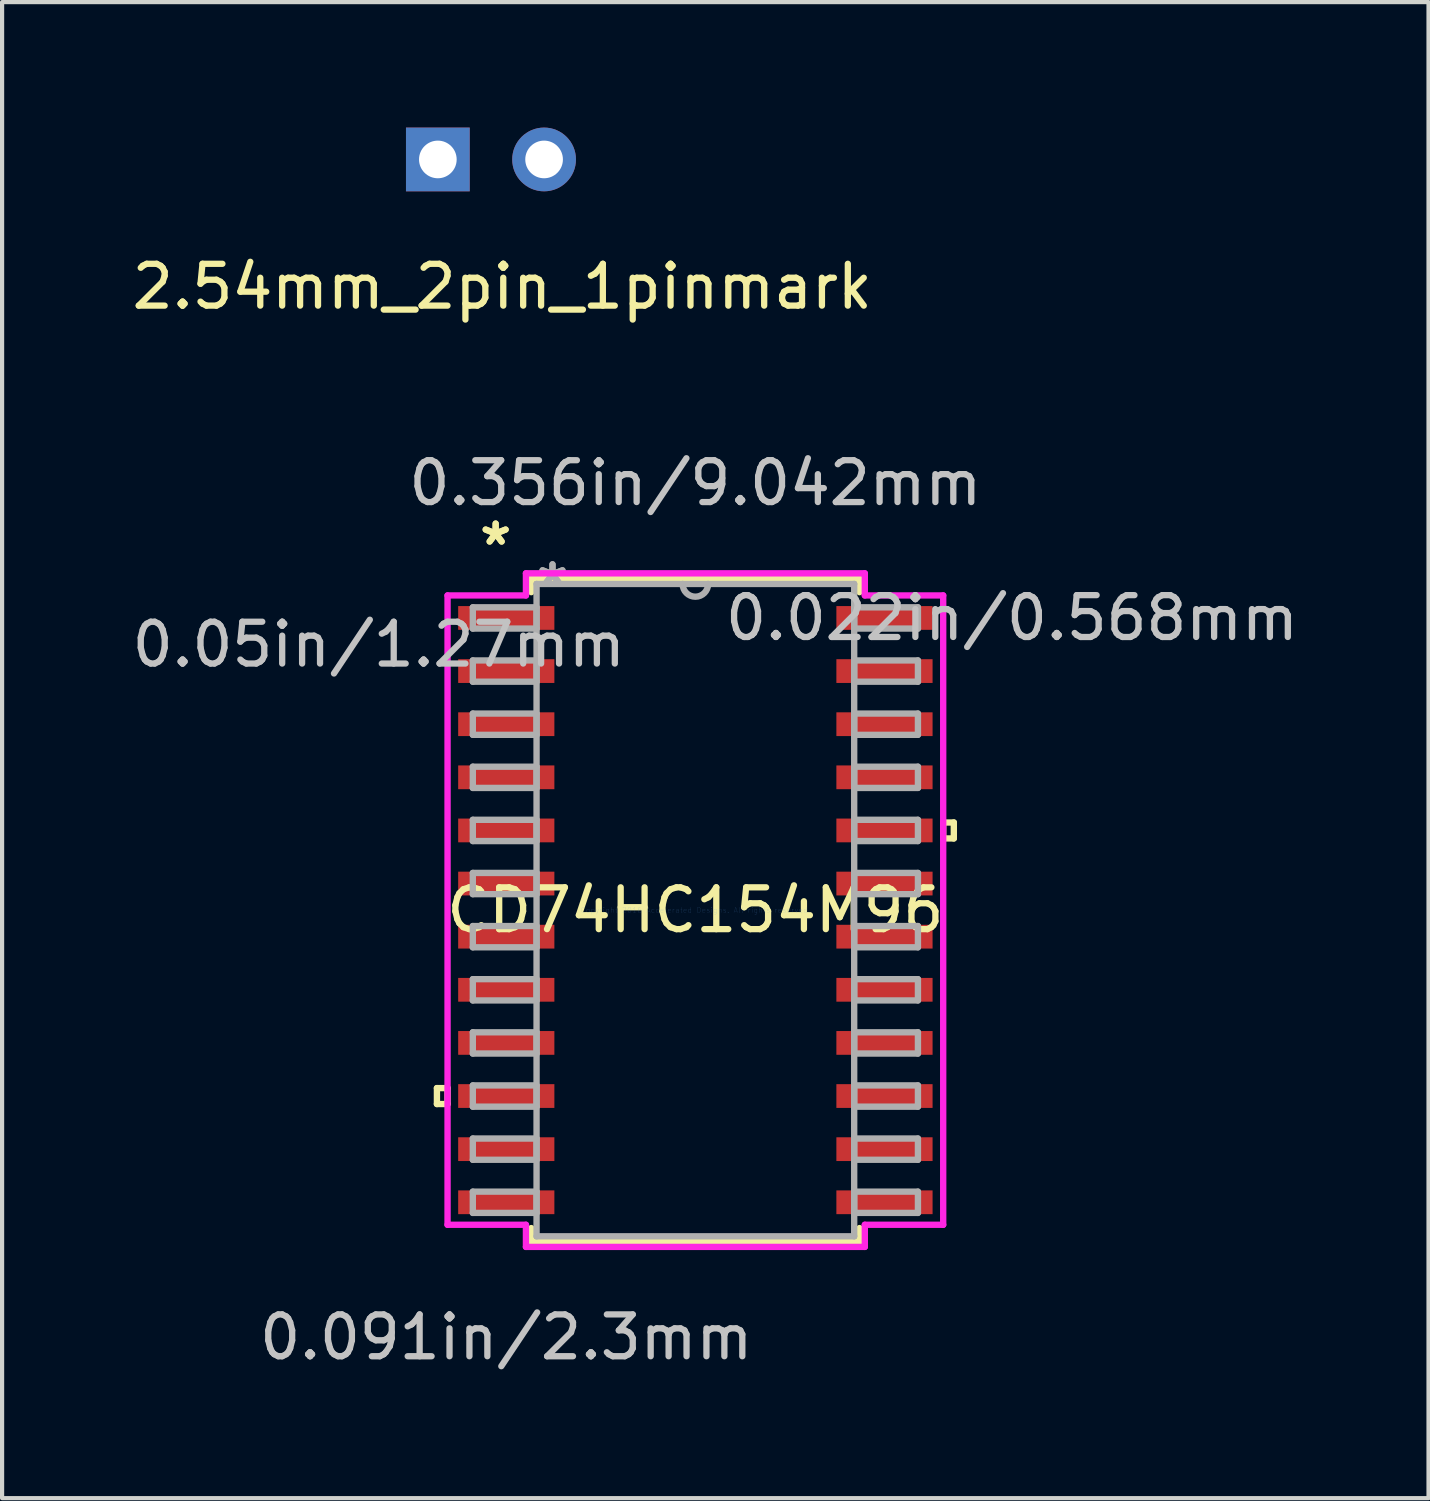
<source format=kicad_pcb>
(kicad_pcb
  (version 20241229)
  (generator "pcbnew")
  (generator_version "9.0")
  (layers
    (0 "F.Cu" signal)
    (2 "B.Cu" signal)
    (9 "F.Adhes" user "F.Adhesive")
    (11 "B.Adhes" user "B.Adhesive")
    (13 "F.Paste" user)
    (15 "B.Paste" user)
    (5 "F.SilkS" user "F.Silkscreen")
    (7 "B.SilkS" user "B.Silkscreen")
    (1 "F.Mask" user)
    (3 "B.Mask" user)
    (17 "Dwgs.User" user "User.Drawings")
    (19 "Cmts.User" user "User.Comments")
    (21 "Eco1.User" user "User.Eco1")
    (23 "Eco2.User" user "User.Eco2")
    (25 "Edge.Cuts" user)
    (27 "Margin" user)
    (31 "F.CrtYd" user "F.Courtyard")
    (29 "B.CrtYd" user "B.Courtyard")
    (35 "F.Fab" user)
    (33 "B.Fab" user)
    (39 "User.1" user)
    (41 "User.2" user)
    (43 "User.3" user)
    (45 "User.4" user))
  (footprint "2.54mm_2pin_1pinmark"
    (layer "F.Cu")
    (at 8.958 3.302)
    (property "Reference" "2.54mm_2pin_1pinmark" (at 0 0.5 0) (layer "F.SilkS") (effects (font (size 1 1) (thickness 0.15))))
    (attr through_hole)
    (pad "1" thru_hole rect (at -1.54 -2.54) (size 1.524 1.524) (drill 0.9) (layers "*.Cu" "*.Mask"))
    (pad "2" thru_hole circle (at 1 -2.54) (size 1.524 1.524) (drill 0.9) (layers "*.Cu" "*.Mask")))
  (footprint "CD74HC154M96"
    (layer "F.Cu")
    (at 13.575 18.709)
    (property "Reference" "CD74HC154M96" (at 0 0 0) (layer "F.SilkS") (effects (font (size 1 1) (thickness 0.15))))
    (attr through_hole)
    (fp_line (start -6.179 4.255) (end -6.179 4.636) (stroke (width 0.152) (type solid)) (layer "F.SilkS"))
    (fp_line (start -6.179 4.636) (end -5.925 4.636) (stroke (width 0.152) (type solid)) (layer "F.SilkS"))
    (fp_line (start -5.925 4.255) (end -6.179 4.255) (stroke (width 0.152) (type solid)) (layer "F.SilkS"))
    (fp_line (start -5.925 4.636) (end -5.925 4.255) (stroke (width 0.152) (type solid)) (layer "F.SilkS"))
    (fp_line (start -3.924 -7.925) (end -3.924 -7.602) (stroke (width 0.152) (type solid)) (layer "F.SilkS"))
    (fp_line (start -3.924 7.602) (end -3.924 7.925) (stroke (width 0.152) (type solid)) (layer "F.SilkS"))
    (fp_line (start -3.924 7.925) (end 3.924 7.925) (stroke (width 0.152) (type solid)) (layer "F.SilkS"))
    (fp_line (start 3.924 -7.925) (end -3.924 -7.925) (stroke (width 0.152) (type solid)) (layer "F.SilkS"))
    (fp_line (start 3.924 -7.602) (end 3.924 -7.925) (stroke (width 0.152) (type solid)) (layer "F.SilkS"))
    (fp_line (start 3.924 7.925) (end 3.924 7.602) (stroke (width 0.152) (type solid)) (layer "F.SilkS"))
    (fp_line (start 5.925 -2.095) (end 6.179 -2.095) (stroke (width 0.152) (type solid)) (layer "F.SilkS"))
    (fp_line (start 5.925 -1.714) (end 5.925 -2.095) (stroke (width 0.152) (type solid)) (layer "F.SilkS"))
    (fp_line (start 6.179 -2.095) (end 6.179 -1.714) (stroke (width 0.152) (type solid)) (layer "F.SilkS"))
    (fp_line (start 6.179 -1.714) (end 5.925 -1.714) (stroke (width 0.152) (type solid)) (layer "F.SilkS"))
    (fp_line (start -5.925 -7.523) (end -4.051 -7.523) (stroke (width 0.152) (type solid)) (layer "F.CrtYd"))
    (fp_line (start -5.925 7.523) (end -5.925 -7.523) (stroke (width 0.152) (type solid)) (layer "F.CrtYd"))
    (fp_line (start -4.051 -8.052) (end 4.051 -8.052) (stroke (width 0.152) (type solid)) (layer "F.CrtYd"))
    (fp_line (start -4.051 -7.523) (end -4.051 -8.052) (stroke (width 0.152) (type solid)) (layer "F.CrtYd"))
    (fp_line (start -4.051 7.523) (end -5.925 7.523) (stroke (width 0.152) (type solid)) (layer "F.CrtYd"))
    (fp_line (start -4.051 8.052) (end -4.051 7.523) (stroke (width 0.152) (type solid)) (layer "F.CrtYd"))
    (fp_line (start 4.051 -8.052) (end 4.051 -7.523) (stroke (width 0.152) (type solid)) (layer "F.CrtYd"))
    (fp_line (start 4.051 -7.523) (end 5.925 -7.523) (stroke (width 0.152) (type solid)) (layer "F.CrtYd"))
    (fp_line (start 4.051 7.523) (end 4.051 8.052) (stroke (width 0.152) (type solid)) (layer "F.CrtYd"))
    (fp_line (start 4.051 8.052) (end -4.051 8.052) (stroke (width 0.152) (type solid)) (layer "F.CrtYd"))
    (fp_line (start 5.925 -7.523) (end 5.925 7.523) (stroke (width 0.152) (type solid)) (layer "F.CrtYd"))
    (fp_line (start 5.925 7.523) (end 4.051 7.523) (stroke (width 0.152) (type solid)) (layer "F.CrtYd"))
    (fp_line (start -5.321 -7.239) (end -5.321 -6.731) (stroke (width 0.152) (type solid)) (layer "F.Fab"))
    (fp_line (start -5.321 -6.731) (end -3.797 -6.731) (stroke (width 0.152) (type solid)) (layer "F.Fab"))
    (fp_line (start -5.321 -5.969) (end -5.321 -5.461) (stroke (width 0.152) (type solid)) (layer "F.Fab"))
    (fp_line (start -5.321 -5.461) (end -3.797 -5.461) (stroke (width 0.152) (type solid)) (layer "F.Fab"))
    (fp_line (start -5.321 -4.699) (end -5.321 -4.191) (stroke (width 0.152) (type solid)) (layer "F.Fab"))
    (fp_line (start -5.321 -4.191) (end -3.797 -4.191) (stroke (width 0.152) (type solid)) (layer "F.Fab"))
    (fp_line (start -5.321 -3.429) (end -5.321 -2.921) (stroke (width 0.152) (type solid)) (layer "F.Fab"))
    (fp_line (start -5.321 -2.921) (end -3.797 -2.921) (stroke (width 0.152) (type solid)) (layer "F.Fab"))
    (fp_line (start -5.321 -2.159) (end -5.321 -1.651) (stroke (width 0.152) (type solid)) (layer "F.Fab"))
    (fp_line (start -5.321 -1.651) (end -3.797 -1.651) (stroke (width 0.152) (type solid)) (layer "F.Fab"))
    (fp_line (start -5.321 -0.889) (end -5.321 -0.381) (stroke (width 0.152) (type solid)) (layer "F.Fab"))
    (fp_line (start -5.321 -0.381) (end -3.797 -0.381) (stroke (width 0.152) (type solid)) (layer "F.Fab"))
    (fp_line (start -5.321 0.381) (end -5.321 0.889) (stroke (width 0.152) (type solid)) (layer "F.Fab"))
    (fp_line (start -5.321 0.889) (end -3.797 0.889) (stroke (width 0.152) (type solid)) (layer "F.Fab"))
    (fp_line (start -5.321 1.651) (end -5.321 2.159) (stroke (width 0.152) (type solid)) (layer "F.Fab"))
    (fp_line (start -5.321 2.159) (end -3.797 2.159) (stroke (width 0.152) (type solid)) (layer "F.Fab"))
    (fp_line (start -5.321 2.921) (end -5.321 3.429) (stroke (width 0.152) (type solid)) (layer "F.Fab"))
    (fp_line (start -5.321 3.429) (end -3.797 3.429) (stroke (width 0.152) (type solid)) (layer "F.Fab"))
    (fp_line (start -5.321 4.191) (end -5.321 4.699) (stroke (width 0.152) (type solid)) (layer "F.Fab"))
    (fp_line (start -5.321 4.699) (end -3.797 4.699) (stroke (width 0.152) (type solid)) (layer "F.Fab"))
    (fp_line (start -5.321 5.461) (end -5.321 5.969) (stroke (width 0.152) (type solid)) (layer "F.Fab"))
    (fp_line (start -5.321 5.969) (end -3.797 5.969) (stroke (width 0.152) (type solid)) (layer "F.Fab"))
    (fp_line (start -5.321 6.731) (end -5.321 7.239) (stroke (width 0.152) (type solid)) (layer "F.Fab"))
    (fp_line (start -5.321 7.239) (end -3.797 7.239) (stroke (width 0.152) (type solid)) (layer "F.Fab"))
    (fp_line (start -3.797 -7.798) (end -3.797 7.798) (stroke (width 0.152) (type solid)) (layer "F.Fab"))
    (fp_line (start -3.797 -7.239) (end -5.321 -7.239) (stroke (width 0.152) (type solid)) (layer "F.Fab"))
    (fp_line (start -3.797 -6.731) (end -3.797 -7.239) (stroke (width 0.152) (type solid)) (layer "F.Fab"))
    (fp_line (start -3.797 -5.969) (end -5.321 -5.969) (stroke (width 0.152) (type solid)) (layer "F.Fab"))
    (fp_line (start -3.797 -5.461) (end -3.797 -5.969) (stroke (width 0.152) (type solid)) (layer "F.Fab"))
    (fp_line (start -3.797 -4.699) (end -5.321 -4.699) (stroke (width 0.152) (type solid)) (layer "F.Fab"))
    (fp_line (start -3.797 -4.191) (end -3.797 -4.699) (stroke (width 0.152) (type solid)) (layer "F.Fab"))
    (fp_line (start -3.797 -3.429) (end -5.321 -3.429) (stroke (width 0.152) (type solid)) (layer "F.Fab"))
    (fp_line (start -3.797 -2.921) (end -3.797 -3.429) (stroke (width 0.152) (type solid)) (layer "F.Fab"))
    (fp_line (start -3.797 -2.159) (end -5.321 -2.159) (stroke (width 0.152) (type solid)) (layer "F.Fab"))
    (fp_line (start -3.797 -1.651) (end -3.797 -2.159) (stroke (width 0.152) (type solid)) (layer "F.Fab"))
    (fp_line (start -3.797 -0.889) (end -5.321 -0.889) (stroke (width 0.152) (type solid)) (layer "F.Fab"))
    (fp_line (start -3.797 -0.381) (end -3.797 -0.889) (stroke (width 0.152) (type solid)) (layer "F.Fab"))
    (fp_line (start -3.797 0.381) (end -5.321 0.381) (stroke (width 0.152) (type solid)) (layer "F.Fab"))
    (fp_line (start -3.797 0.889) (end -3.797 0.381) (stroke (width 0.152) (type solid)) (layer "F.Fab"))
    (fp_line (start -3.797 1.651) (end -5.321 1.651) (stroke (width 0.152) (type solid)) (layer "F.Fab"))
    (fp_line (start -3.797 2.159) (end -3.797 1.651) (stroke (width 0.152) (type solid)) (layer "F.Fab"))
    (fp_line (start -3.797 2.921) (end -5.321 2.921) (stroke (width 0.152) (type solid)) (layer "F.Fab"))
    (fp_line (start -3.797 3.429) (end -3.797 2.921) (stroke (width 0.152) (type solid)) (layer "F.Fab"))
    (fp_line (start -3.797 4.191) (end -5.321 4.191) (stroke (width 0.152) (type solid)) (layer "F.Fab"))
    (fp_line (start -3.797 4.699) (end -3.797 4.191) (stroke (width 0.152) (type solid)) (layer "F.Fab"))
    (fp_line (start -3.797 5.461) (end -5.321 5.461) (stroke (width 0.152) (type solid)) (layer "F.Fab"))
    (fp_line (start -3.797 5.969) (end -3.797 5.461) (stroke (width 0.152) (type solid)) (layer "F.Fab"))
    (fp_line (start -3.797 6.731) (end -5.321 6.731) (stroke (width 0.152) (type solid)) (layer "F.Fab"))
    (fp_line (start -3.797 7.239) (end -3.797 6.731) (stroke (width 0.152) (type solid)) (layer "F.Fab"))
    (fp_line (start -3.797 7.798) (end 3.797 7.798) (stroke (width 0.152) (type solid)) (layer "F.Fab"))
    (fp_line (start 3.797 -7.798) (end -3.797 -7.798) (stroke (width 0.152) (type solid)) (layer "F.Fab"))
    (fp_line (start 3.797 -7.239) (end 3.797 -6.731) (stroke (width 0.152) (type solid)) (layer "F.Fab"))
    (fp_line (start 3.797 -6.731) (end 5.321 -6.731) (stroke (width 0.152) (type solid)) (layer "F.Fab"))
    (fp_line (start 3.797 -5.969) (end 3.797 -5.461) (stroke (width 0.152) (type solid)) (layer "F.Fab"))
    (fp_line (start 3.797 -5.461) (end 5.321 -5.461) (stroke (width 0.152) (type solid)) (layer "F.Fab"))
    (fp_line (start 3.797 -4.699) (end 3.797 -4.191) (stroke (width 0.152) (type solid)) (layer "F.Fab"))
    (fp_line (start 3.797 -4.191) (end 5.321 -4.191) (stroke (width 0.152) (type solid)) (layer "F.Fab"))
    (fp_line (start 3.797 -3.429) (end 3.797 -2.921) (stroke (width 0.152) (type solid)) (layer "F.Fab"))
    (fp_line (start 3.797 -2.921) (end 5.321 -2.921) (stroke (width 0.152) (type solid)) (layer "F.Fab"))
    (fp_line (start 3.797 -2.159) (end 3.797 -1.651) (stroke (width 0.152) (type solid)) (layer "F.Fab"))
    (fp_line (start 3.797 -1.651) (end 5.321 -1.651) (stroke (width 0.152) (type solid)) (layer "F.Fab"))
    (fp_line (start 3.797 -0.889) (end 3.797 -0.381) (stroke (width 0.152) (type solid)) (layer "F.Fab"))
    (fp_line (start 3.797 -0.381) (end 5.321 -0.381) (stroke (width 0.152) (type solid)) (layer "F.Fab"))
    (fp_line (start 3.797 0.381) (end 3.797 0.889) (stroke (width 0.152) (type solid)) (layer "F.Fab"))
    (fp_line (start 3.797 0.889) (end 5.321 0.889) (stroke (width 0.152) (type solid)) (layer "F.Fab"))
    (fp_line (start 3.797 1.651) (end 3.797 2.159) (stroke (width 0.152) (type solid)) (layer "F.Fab"))
    (fp_line (start 3.797 2.159) (end 5.321 2.159) (stroke (width 0.152) (type solid)) (layer "F.Fab"))
    (fp_line (start 3.797 2.921) (end 3.797 3.429) (stroke (width 0.152) (type solid)) (layer "F.Fab"))
    (fp_line (start 3.797 3.429) (end 5.321 3.429) (stroke (width 0.152) (type solid)) (layer "F.Fab"))
    (fp_line (start 3.797 4.191) (end 3.797 4.699) (stroke (width 0.152) (type solid)) (layer "F.Fab"))
    (fp_line (start 3.797 4.699) (end 5.321 4.699) (stroke (width 0.152) (type solid)) (layer "F.Fab"))
    (fp_line (start 3.797 5.461) (end 3.797 5.969) (stroke (width 0.152) (type solid)) (layer "F.Fab"))
    (fp_line (start 3.797 5.969) (end 5.321 5.969) (stroke (width 0.152) (type solid)) (layer "F.Fab"))
    (fp_line (start 3.797 6.731) (end 3.797 7.239) (stroke (width 0.152) (type solid)) (layer "F.Fab"))
    (fp_line (start 3.797 7.239) (end 5.321 7.239) (stroke (width 0.152) (type solid)) (layer "F.Fab"))
    (fp_line (start 3.797 7.798) (end 3.797 -7.798) (stroke (width 0.152) (type solid)) (layer "F.Fab"))
    (fp_line (start 5.321 -7.239) (end 3.797 -7.239) (stroke (width 0.152) (type solid)) (layer "F.Fab"))
    (fp_line (start 5.321 -6.731) (end 5.321 -7.239) (stroke (width 0.152) (type solid)) (layer "F.Fab"))
    (fp_line (start 5.321 -5.969) (end 3.797 -5.969) (stroke (width 0.152) (type solid)) (layer "F.Fab"))
    (fp_line (start 5.321 -5.461) (end 5.321 -5.969) (stroke (width 0.152) (type solid)) (layer "F.Fab"))
    (fp_line (start 5.321 -4.699) (end 3.797 -4.699) (stroke (width 0.152) (type solid)) (layer "F.Fab"))
    (fp_line (start 5.321 -4.191) (end 5.321 -4.699) (stroke (width 0.152) (type solid)) (layer "F.Fab"))
    (fp_line (start 5.321 -3.429) (end 3.797 -3.429) (stroke (width 0.152) (type solid)) (layer "F.Fab"))
    (fp_line (start 5.321 -2.921) (end 5.321 -3.429) (stroke (width 0.152) (type solid)) (layer "F.Fab"))
    (fp_line (start 5.321 -2.159) (end 3.797 -2.159) (stroke (width 0.152) (type solid)) (layer "F.Fab"))
    (fp_line (start 5.321 -1.651) (end 5.321 -2.159) (stroke (width 0.152) (type solid)) (layer "F.Fab"))
    (fp_line (start 5.321 -0.889) (end 3.797 -0.889) (stroke (width 0.152) (type solid)) (layer "F.Fab"))
    (fp_line (start 5.321 -0.381) (end 5.321 -0.889) (stroke (width 0.152) (type solid)) (layer "F.Fab"))
    (fp_line (start 5.321 0.381) (end 3.797 0.381) (stroke (width 0.152) (type solid)) (layer "F.Fab"))
    (fp_line (start 5.321 0.889) (end 5.321 0.381) (stroke (width 0.152) (type solid)) (layer "F.Fab"))
    (fp_line (start 5.321 1.651) (end 3.797 1.651) (stroke (width 0.152) (type solid)) (layer "F.Fab"))
    (fp_line (start 5.321 2.159) (end 5.321 1.651) (stroke (width 0.152) (type solid)) (layer "F.Fab"))
    (fp_line (start 5.321 2.921) (end 3.797 2.921) (stroke (width 0.152) (type solid)) (layer "F.Fab"))
    (fp_line (start 5.321 3.429) (end 5.321 2.921) (stroke (width 0.152) (type solid)) (layer "F.Fab"))
    (fp_line (start 5.321 4.191) (end 3.797 4.191) (stroke (width 0.152) (type solid)) (layer "F.Fab"))
    (fp_line (start 5.321 4.699) (end 5.321 4.191) (stroke (width 0.152) (type solid)) (layer "F.Fab"))
    (fp_line (start 5.321 5.461) (end 3.797 5.461) (stroke (width 0.152) (type solid)) (layer "F.Fab"))
    (fp_line (start 5.321 5.969) (end 5.321 5.461) (stroke (width 0.152) (type solid)) (layer "F.Fab"))
    (fp_line (start 5.321 6.731) (end 3.797 6.731) (stroke (width 0.152) (type solid)) (layer "F.Fab"))
    (fp_line (start 5.321 7.239) (end 5.321 6.731) (stroke (width 0.152) (type solid)) (layer "F.Fab"))
    (fp_arc (start 0.3048 -7.7978) (mid 0 -7.493) (end -0.3048 -7.7978) (stroke (width 0.1524) (type solid)) (layer "F.Fab"))
    (fp_text user "*" (at -4.775 -8.696 0) (layer "F.SilkS") (effects (font (size 1 1) (thickness 0.15))))
    (fp_text user "*" (at -4.775 -8.696 0) (layer "F.SilkS") (effects (font (size 1 1) (thickness 0.15))))
    (fp_text user "0.05in/1.27mm" (at -7.569 -6.35 0) (layer "Dwgs.User") (effects (font (size 1 1) (thickness 0.15))))
    (fp_text user "0.022in/0.568mm" (at 7.569 -6.985 0) (layer "Dwgs.User") (effects (font (size 1 1) (thickness 0.15))))
    (fp_text user "0.091in/2.3mm" (at -4.521 10.211 0) (layer "Dwgs.User") (effects (font (size 1 1) (thickness 0.15))))
    (fp_text user "0.356in/9.042mm" (at 0 -10.211 0) (layer "Dwgs.User") (effects (font (size 1 1) (thickness 0.15))))
    (fp_text user "Copyright 2016 Accelerated Designs. All rights reserved." (at 0 0 0) (layer "Cmts.User") (effects (font (size 0.127 0.127) (thickness 0.002))))
    (fp_text user "*" (at -3.416 -7.722 0) (layer "F.Fab") (effects (font (size 1 1) (thickness 0.15))))
    (fp_text user "*" (at -3.416 -7.722 0) (layer "F.Fab") (effects (font (size 1 1) (thickness 0.15))))
    (pad "1" smd rect (at -4.521 -6.985) (size 2.3 0.568) (layers "F.Cu" "F.Mask" "F.Paste"))
    (pad "2" smd rect (at -4.521 -5.715) (size 2.3 0.568) (layers "F.Cu" "F.Mask" "F.Paste"))
    (pad "3" smd rect (at -4.521 -4.445) (size 2.3 0.568) (layers "F.Cu" "F.Mask" "F.Paste"))
    (pad "4" smd rect (at -4.521 -3.175) (size 2.3 0.568) (layers "F.Cu" "F.Mask" "F.Paste"))
    (pad "5" smd rect (at -4.521 -1.905) (size 2.3 0.568) (layers "F.Cu" "F.Mask" "F.Paste"))
    (pad "6" smd rect (at -4.521 -0.635) (size 2.3 0.568) (layers "F.Cu" "F.Mask" "F.Paste"))
    (pad "7" smd rect (at -4.521 0.635) (size 2.3 0.568) (layers "F.Cu" "F.Mask" "F.Paste"))
    (pad "8" smd rect (at -4.521 1.905) (size 2.3 0.568) (layers "F.Cu" "F.Mask" "F.Paste"))
    (pad "9" smd rect (at -4.521 3.175) (size 2.3 0.568) (layers "F.Cu" "F.Mask" "F.Paste"))
    (pad "10" smd rect (at -4.521 4.445) (size 2.3 0.568) (layers "F.Cu" "F.Mask" "F.Paste"))
    (pad "11" smd rect (at -4.521 5.715) (size 2.3 0.568) (layers "F.Cu" "F.Mask" "F.Paste"))
    (pad "12" smd rect (at -4.521 6.985) (size 2.3 0.568) (layers "F.Cu" "F.Mask" "F.Paste"))
    (pad "13" smd rect (at 4.521 6.985) (size 2.3 0.568) (layers "F.Cu" "F.Mask" "F.Paste"))
    (pad "14" smd rect (at 4.521 5.715) (size 2.3 0.568) (layers "F.Cu" "F.Mask" "F.Paste"))
    (pad "15" smd rect (at 4.521 4.445) (size 2.3 0.568) (layers "F.Cu" "F.Mask" "F.Paste"))
    (pad "16" smd rect (at 4.521 3.175) (size 2.3 0.568) (layers "F.Cu" "F.Mask" "F.Paste"))
    (pad "17" smd rect (at 4.521 1.905) (size 2.3 0.568) (layers "F.Cu" "F.Mask" "F.Paste"))
    (pad "18" smd rect (at 4.521 0.635) (size 2.3 0.568) (layers "F.Cu" "F.Mask" "F.Paste"))
    (pad "19" smd rect (at 4.521 -0.635) (size 2.3 0.568) (layers "F.Cu" "F.Mask" "F.Paste"))
    (pad "20" smd rect (at 4.521 -1.905) (size 2.3 0.568) (layers "F.Cu" "F.Mask" "F.Paste"))
    (pad "21" smd rect (at 4.521 -3.175) (size 2.3 0.568) (layers "F.Cu" "F.Mask" "F.Paste"))
    (pad "22" smd rect (at 4.521 -4.445) (size 2.3 0.568) (layers "F.Cu" "F.Mask" "F.Paste"))
    (pad "23" smd rect (at 4.521 -5.715) (size 2.3 0.568) (layers "F.Cu" "F.Mask" "F.Paste"))
    (pad "24" smd rect (at 4.521 -6.985) (size 2.3 0.568) (layers "F.Cu" "F.Mask" "F.Paste")))
  (gr_rect
    (start -3 -3)
    (end 31.103 32.768)
    (stroke (width 0.1) (type default))
    (fill no)
    (layer "Edge.Cuts")))
</source>
